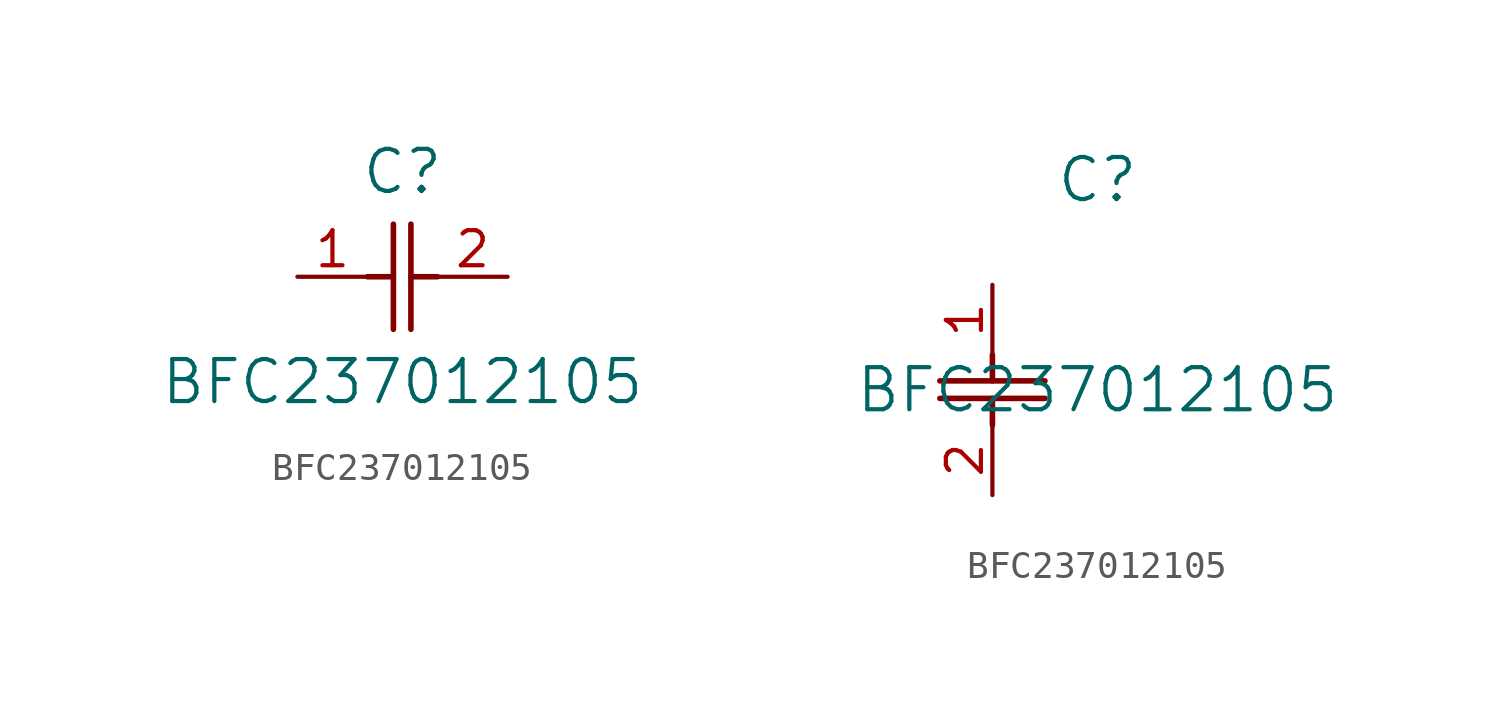
<source format=kicad_sym>
(kicad_symbol_lib
  (version 20211014)
  (generator kicad_symbol_editor)
  (symbol "BFC237012105"
    (pin_names
      (offset 0.254))
    (property "Reference" "C"
      (at 3.81 3.81 0)
      (effects (font (size 1.524 1.524))))
    (property "Value" "BFC237012105"
      (at 3.81 -3.81 0)
      (effects (font (size 1.524 1.524))))
    (symbol "BFC237012105_1_1"
      (polyline (pts (xy 3.48 -1.905) (xy 3.48 1.905)) (stroke (width 0.203) (type default) (color 0 0 0 0)) (fill (type none)))
      (polyline (pts (xy 4.115 -1.905) (xy 4.115 1.905)) (stroke (width 0.203) (type default) (color 0 0 0 0)) (fill (type none)))
      (polyline (pts (xy 4.115 0) (xy 5.08 0)) (stroke (width 0.203) (type default) (color 0 0 0 0)) (fill (type none)))
      (polyline (pts (xy 2.54 0) (xy 3.48 0)) (stroke (width 0.203) (type default) (color 0 0 0 0)) (fill (type none)))
      (pin unspecified line (at 0 0 0) (length 2.54) (name "" (effects (font (size 1.27 1.27)))) (number "1" (effects (font (size 1.27 1.27)))))
      (pin unspecified line (at 7.62 0 180) (length 2.54) (name "" (effects (font (size 1.27 1.27)))) (number "2" (effects (font (size 1.27 1.27))))))
    (symbol "BFC237012105_1_2"
      (polyline (pts (xy -1.905 -3.48) (xy 1.905 -3.48)) (stroke (width 0.203) (type default) (color 0 0 0 0)) (fill (type none)))
      (polyline (pts (xy -1.905 -4.115) (xy 1.905 -4.115)) (stroke (width 0.203) (type default) (color 0 0 0 0)) (fill (type none)))
      (polyline (pts (xy 0 -4.115) (xy 0 -5.08)) (stroke (width 0.203) (type default) (color 0 0 0 0)) (fill (type none)))
      (polyline (pts (xy 0 -2.54) (xy 0 -3.48)) (stroke (width 0.203) (type default) (color 0 0 0 0)) (fill (type none)))
      (pin unspecified line (at 0 0 270) (length 2.54) (name "" (effects (font (size 1.27 1.27)))) (number "1" (effects (font (size 1.27 1.27)))))
      (pin unspecified line (at 0 -7.62 90) (length 2.54) (name "" (effects (font (size 1.27 1.27)))) (number "2" (effects (font (size 1.27 1.27))))))))
</source>
